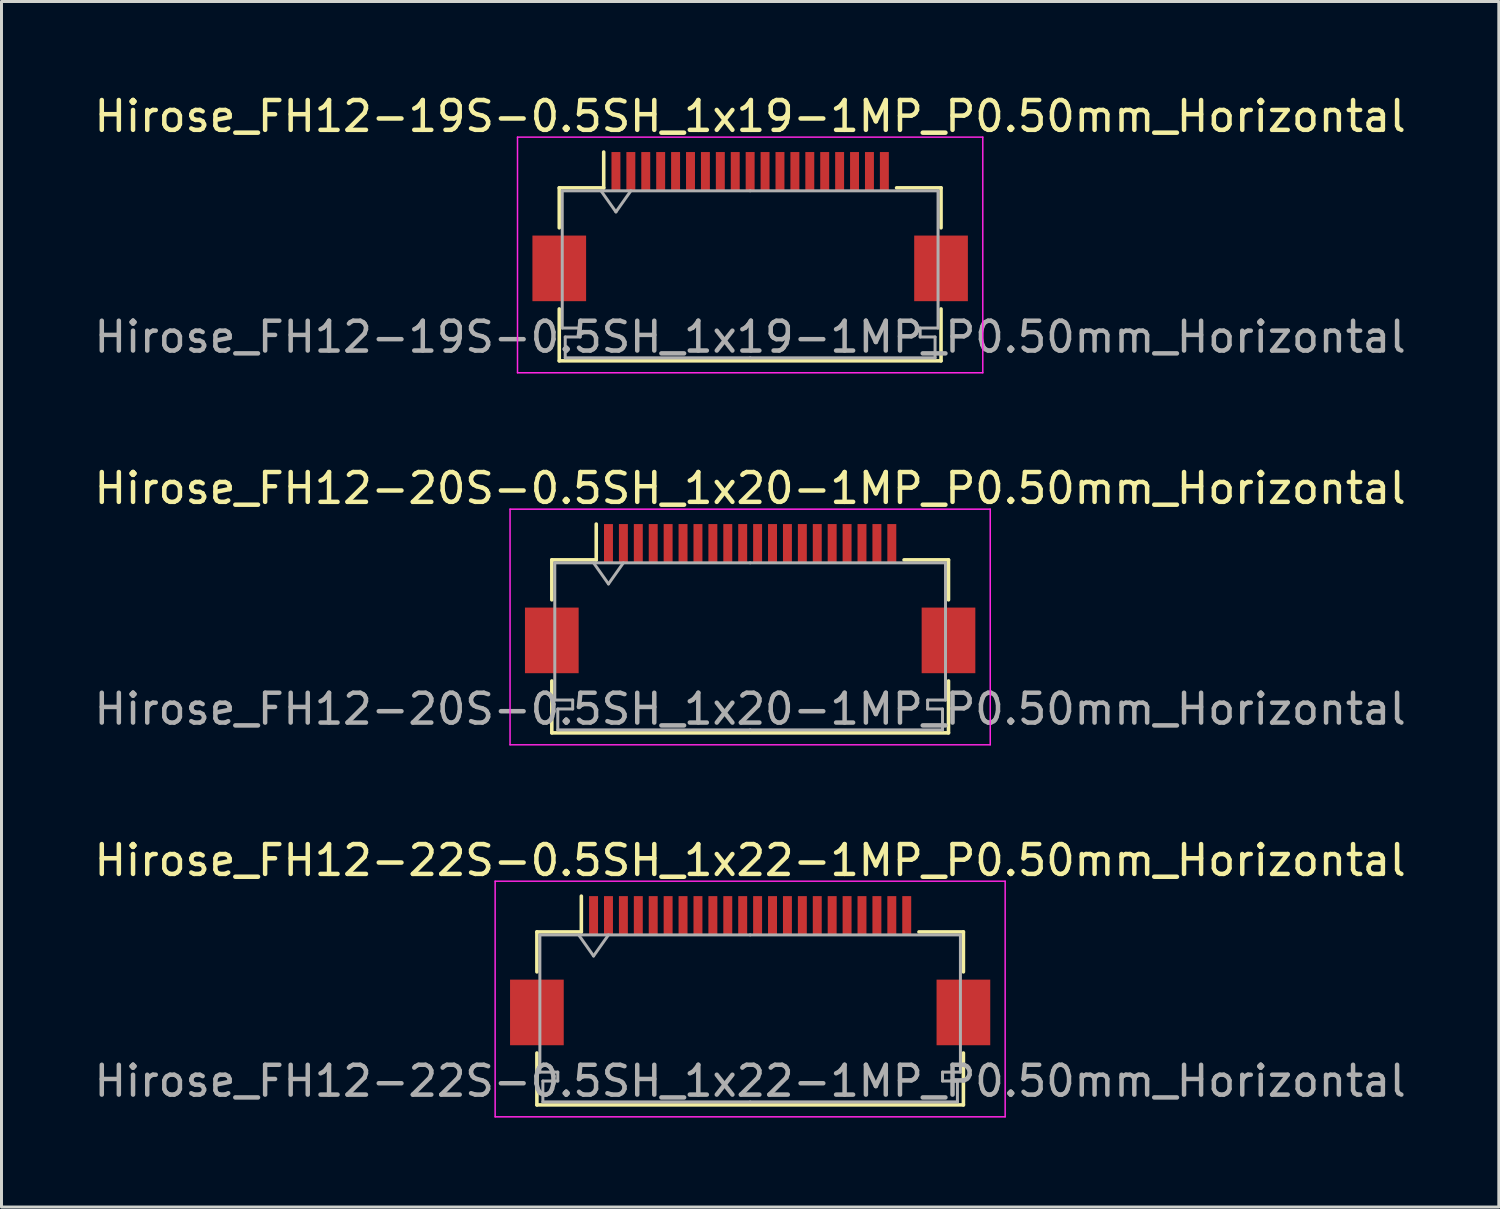
<source format=kicad_pcb>
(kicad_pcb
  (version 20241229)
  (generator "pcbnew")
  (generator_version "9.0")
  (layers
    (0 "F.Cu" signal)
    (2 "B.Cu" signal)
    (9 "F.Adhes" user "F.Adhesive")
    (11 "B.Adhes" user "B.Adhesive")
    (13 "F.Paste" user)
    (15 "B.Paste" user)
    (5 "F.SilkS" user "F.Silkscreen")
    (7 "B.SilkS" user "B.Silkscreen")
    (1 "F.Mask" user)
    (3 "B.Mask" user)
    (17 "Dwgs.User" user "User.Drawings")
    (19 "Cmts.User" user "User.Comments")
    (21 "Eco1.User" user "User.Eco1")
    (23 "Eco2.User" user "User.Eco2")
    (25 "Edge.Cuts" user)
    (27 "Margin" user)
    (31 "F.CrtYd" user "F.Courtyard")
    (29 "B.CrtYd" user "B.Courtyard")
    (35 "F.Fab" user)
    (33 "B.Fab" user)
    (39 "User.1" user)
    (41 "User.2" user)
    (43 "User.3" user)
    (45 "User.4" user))
  (footprint "Hirose_FH12-20S-0.5SH_1x20-1MP_P0.50mm_Horizontal"
    (layer "F.Cu")
    (at 22.101 17.021)
    (property "Reference" "Hirose_FH12-20S-0.5SH_1x20-1MP_P0.50mm_Horizontal" (at 0 -3.7 0) (layer "F.SilkS") (effects (font (size 1 1) (thickness 0.15))))
    (attr smd)
    (fp_line (start -6.65 -1.3) (end -6.65 0.04) (stroke (width 0.12) (type solid)) (layer "F.SilkS"))
    (fp_line (start -6.65 2.76) (end -6.65 4.5) (stroke (width 0.12) (type solid)) (layer "F.SilkS"))
    (fp_line (start -6.65 4.5) (end 6.65 4.5) (stroke (width 0.12) (type solid)) (layer "F.SilkS"))
    (fp_line (start -5.16 -1.3) (end -6.65 -1.3) (stroke (width 0.12) (type solid)) (layer "F.SilkS"))
    (fp_line (start -5.16 -1.3) (end -5.16 -2.5) (stroke (width 0.12) (type solid)) (layer "F.SilkS"))
    (fp_line (start 5.16 -1.3) (end 6.65 -1.3) (stroke (width 0.12) (type solid)) (layer "F.SilkS"))
    (fp_line (start 6.65 -1.3) (end 6.65 0.04) (stroke (width 0.12) (type solid)) (layer "F.SilkS"))
    (fp_line (start 6.65 4.5) (end 6.65 2.76) (stroke (width 0.12) (type solid)) (layer "F.SilkS"))
    (fp_line (start -8.05 -3) (end -8.05 4.9) (stroke (width 0.05) (type solid)) (layer "F.CrtYd"))
    (fp_line (start -8.05 4.9) (end 8.05 4.9) (stroke (width 0.05) (type solid)) (layer "F.CrtYd"))
    (fp_line (start 8.05 -3) (end -8.05 -3) (stroke (width 0.05) (type solid)) (layer "F.CrtYd"))
    (fp_line (start 8.05 4.9) (end 8.05 -3) (stroke (width 0.05) (type solid)) (layer "F.CrtYd"))
    (fp_line (start -6.55 -1.2) (end -6.55 3.4) (stroke (width 0.1) (type solid)) (layer "F.Fab"))
    (fp_line (start -6.55 3.4) (end -5.95 3.4) (stroke (width 0.1) (type solid)) (layer "F.Fab"))
    (fp_line (start -6.45 3.7) (end -6.45 4.4) (stroke (width 0.1) (type solid)) (layer "F.Fab"))
    (fp_line (start -6.45 4.4) (end 0 4.4) (stroke (width 0.1) (type solid)) (layer "F.Fab"))
    (fp_line (start -5.95 3.4) (end -5.95 3.7) (stroke (width 0.1) (type solid)) (layer "F.Fab"))
    (fp_line (start -5.95 3.7) (end -6.45 3.7) (stroke (width 0.1) (type solid)) (layer "F.Fab"))
    (fp_line (start -5.25 -1.2) (end -4.75 -0.493) (stroke (width 0.1) (type solid)) (layer "F.Fab"))
    (fp_line (start -4.75 -0.493) (end -4.25 -1.2) (stroke (width 0.1) (type solid)) (layer "F.Fab"))
    (fp_line (start 0 -1.2) (end -6.55 -1.2) (stroke (width 0.1) (type solid)) (layer "F.Fab"))
    (fp_line (start 0 -1.2) (end 6.55 -1.2) (stroke (width 0.1) (type solid)) (layer "F.Fab"))
    (fp_line (start 5.95 3.4) (end 5.95 3.7) (stroke (width 0.1) (type solid)) (layer "F.Fab"))
    (fp_line (start 5.95 3.7) (end 6.45 3.7) (stroke (width 0.1) (type solid)) (layer "F.Fab"))
    (fp_line (start 6.45 3.7) (end 6.45 4.4) (stroke (width 0.1) (type solid)) (layer "F.Fab"))
    (fp_line (start 6.45 4.4) (end 0 4.4) (stroke (width 0.1) (type solid)) (layer "F.Fab"))
    (fp_line (start 6.55 -1.2) (end 6.55 3.4) (stroke (width 0.1) (type solid)) (layer "F.Fab"))
    (fp_line (start 6.55 3.4) (end 5.95 3.4) (stroke (width 0.1) (type solid)) (layer "F.Fab"))
    (fp_text user "${REFERENCE}" (at 0 3.7 0) (layer "F.Fab") (effects (font (size 1 1) (thickness 0.15))))
    (pad "1" smd rect (at -4.75 -1.85) (size 0.3 1.3) (layers "F.Cu" "F.Mask" "F.Paste"))
    (pad "2" smd rect (at -4.25 -1.85) (size 0.3 1.3) (layers "F.Cu" "F.Mask" "F.Paste"))
    (pad "3" smd rect (at -3.75 -1.85) (size 0.3 1.3) (layers "F.Cu" "F.Mask" "F.Paste"))
    (pad "4" smd rect (at -3.25 -1.85) (size 0.3 1.3) (layers "F.Cu" "F.Mask" "F.Paste"))
    (pad "5" smd rect (at -2.75 -1.85) (size 0.3 1.3) (layers "F.Cu" "F.Mask" "F.Paste"))
    (pad "6" smd rect (at -2.25 -1.85) (size 0.3 1.3) (layers "F.Cu" "F.Mask" "F.Paste"))
    (pad "7" smd rect (at -1.75 -1.85) (size 0.3 1.3) (layers "F.Cu" "F.Mask" "F.Paste"))
    (pad "8" smd rect (at -1.25 -1.85) (size 0.3 1.3) (layers "F.Cu" "F.Mask" "F.Paste"))
    (pad "9" smd rect (at -0.75 -1.85) (size 0.3 1.3) (layers "F.Cu" "F.Mask" "F.Paste"))
    (pad "10" smd rect (at -0.25 -1.85) (size 0.3 1.3) (layers "F.Cu" "F.Mask" "F.Paste"))
    (pad "11" smd rect (at 0.25 -1.85) (size 0.3 1.3) (layers "F.Cu" "F.Mask" "F.Paste"))
    (pad "12" smd rect (at 0.75 -1.85) (size 0.3 1.3) (layers "F.Cu" "F.Mask" "F.Paste"))
    (pad "13" smd rect (at 1.25 -1.85) (size 0.3 1.3) (layers "F.Cu" "F.Mask" "F.Paste"))
    (pad "14" smd rect (at 1.75 -1.85) (size 0.3 1.3) (layers "F.Cu" "F.Mask" "F.Paste"))
    (pad "15" smd rect (at 2.25 -1.85) (size 0.3 1.3) (layers "F.Cu" "F.Mask" "F.Paste"))
    (pad "16" smd rect (at 2.75 -1.85) (size 0.3 1.3) (layers "F.Cu" "F.Mask" "F.Paste"))
    (pad "17" smd rect (at 3.25 -1.85) (size 0.3 1.3) (layers "F.Cu" "F.Mask" "F.Paste"))
    (pad "18" smd rect (at 3.75 -1.85) (size 0.3 1.3) (layers "F.Cu" "F.Mask" "F.Paste"))
    (pad "19" smd rect (at 4.25 -1.85) (size 0.3 1.3) (layers "F.Cu" "F.Mask" "F.Paste"))
    (pad "20" smd rect (at 4.75 -1.85) (size 0.3 1.3) (layers "F.Cu" "F.Mask" "F.Paste"))
    (pad "MP" smd rect (at -6.65 1.4) (size 1.8 2.2) (layers "F.Cu" "F.Mask" "F.Paste"))
    (pad "MP" smd rect (at 6.65 1.4) (size 1.8 2.2) (layers "F.Cu" "F.Mask" "F.Paste")))
  (footprint "Hirose_FH12-22S-0.5SH_1x22-1MP_P0.50mm_Horizontal"
    (layer "F.Cu")
    (at 22.101 29.495)
    (property "Reference" "Hirose_FH12-22S-0.5SH_1x22-1MP_P0.50mm_Horizontal" (at 0 -3.7 0) (layer "F.SilkS") (effects (font (size 1 1) (thickness 0.15))))
    (attr smd)
    (fp_line (start -7.15 -1.3) (end -7.15 0.04) (stroke (width 0.12) (type solid)) (layer "F.SilkS"))
    (fp_line (start -7.15 2.76) (end -7.15 4.5) (stroke (width 0.12) (type solid)) (layer "F.SilkS"))
    (fp_line (start -7.15 4.5) (end 7.15 4.5) (stroke (width 0.12) (type solid)) (layer "F.SilkS"))
    (fp_line (start -5.66 -1.3) (end -7.15 -1.3) (stroke (width 0.12) (type solid)) (layer "F.SilkS"))
    (fp_line (start -5.66 -1.3) (end -5.66 -2.5) (stroke (width 0.12) (type solid)) (layer "F.SilkS"))
    (fp_line (start 5.66 -1.3) (end 7.15 -1.3) (stroke (width 0.12) (type solid)) (layer "F.SilkS"))
    (fp_line (start 7.15 -1.3) (end 7.15 0.04) (stroke (width 0.12) (type solid)) (layer "F.SilkS"))
    (fp_line (start 7.15 4.5) (end 7.15 2.76) (stroke (width 0.12) (type solid)) (layer "F.SilkS"))
    (fp_line (start -8.55 -3) (end -8.55 4.9) (stroke (width 0.05) (type solid)) (layer "F.CrtYd"))
    (fp_line (start -8.55 4.9) (end 8.55 4.9) (stroke (width 0.05) (type solid)) (layer "F.CrtYd"))
    (fp_line (start 8.55 -3) (end -8.55 -3) (stroke (width 0.05) (type solid)) (layer "F.CrtYd"))
    (fp_line (start 8.55 4.9) (end 8.55 -3) (stroke (width 0.05) (type solid)) (layer "F.CrtYd"))
    (fp_line (start -7.05 -1.2) (end -7.05 3.4) (stroke (width 0.1) (type solid)) (layer "F.Fab"))
    (fp_line (start -7.05 3.4) (end -6.45 3.4) (stroke (width 0.1) (type solid)) (layer "F.Fab"))
    (fp_line (start -6.95 3.7) (end -6.95 4.4) (stroke (width 0.1) (type solid)) (layer "F.Fab"))
    (fp_line (start -6.95 4.4) (end 0 4.4) (stroke (width 0.1) (type solid)) (layer "F.Fab"))
    (fp_line (start -6.45 3.4) (end -6.45 3.7) (stroke (width 0.1) (type solid)) (layer "F.Fab"))
    (fp_line (start -6.45 3.7) (end -6.95 3.7) (stroke (width 0.1) (type solid)) (layer "F.Fab"))
    (fp_line (start -5.75 -1.2) (end -5.25 -0.493) (stroke (width 0.1) (type solid)) (layer "F.Fab"))
    (fp_line (start -5.25 -0.493) (end -4.75 -1.2) (stroke (width 0.1) (type solid)) (layer "F.Fab"))
    (fp_line (start 0 -1.2) (end -7.05 -1.2) (stroke (width 0.1) (type solid)) (layer "F.Fab"))
    (fp_line (start 0 -1.2) (end 7.05 -1.2) (stroke (width 0.1) (type solid)) (layer "F.Fab"))
    (fp_line (start 6.45 3.4) (end 6.45 3.7) (stroke (width 0.1) (type solid)) (layer "F.Fab"))
    (fp_line (start 6.45 3.7) (end 6.95 3.7) (stroke (width 0.1) (type solid)) (layer "F.Fab"))
    (fp_line (start 6.95 3.7) (end 6.95 4.4) (stroke (width 0.1) (type solid)) (layer "F.Fab"))
    (fp_line (start 6.95 4.4) (end 0 4.4) (stroke (width 0.1) (type solid)) (layer "F.Fab"))
    (fp_line (start 7.05 -1.2) (end 7.05 3.4) (stroke (width 0.1) (type solid)) (layer "F.Fab"))
    (fp_line (start 7.05 3.4) (end 6.45 3.4) (stroke (width 0.1) (type solid)) (layer "F.Fab"))
    (fp_text user "${REFERENCE}" (at 0 3.7 0) (layer "F.Fab") (effects (font (size 1 1) (thickness 0.15))))
    (pad "1" smd rect (at -5.25 -1.85) (size 0.3 1.3) (layers "F.Cu" "F.Mask" "F.Paste"))
    (pad "2" smd rect (at -4.75 -1.85) (size 0.3 1.3) (layers "F.Cu" "F.Mask" "F.Paste"))
    (pad "3" smd rect (at -4.25 -1.85) (size 0.3 1.3) (layers "F.Cu" "F.Mask" "F.Paste"))
    (pad "4" smd rect (at -3.75 -1.85) (size 0.3 1.3) (layers "F.Cu" "F.Mask" "F.Paste"))
    (pad "5" smd rect (at -3.25 -1.85) (size 0.3 1.3) (layers "F.Cu" "F.Mask" "F.Paste"))
    (pad "6" smd rect (at -2.75 -1.85) (size 0.3 1.3) (layers "F.Cu" "F.Mask" "F.Paste"))
    (pad "7" smd rect (at -2.25 -1.85) (size 0.3 1.3) (layers "F.Cu" "F.Mask" "F.Paste"))
    (pad "8" smd rect (at -1.75 -1.85) (size 0.3 1.3) (layers "F.Cu" "F.Mask" "F.Paste"))
    (pad "9" smd rect (at -1.25 -1.85) (size 0.3 1.3) (layers "F.Cu" "F.Mask" "F.Paste"))
    (pad "10" smd rect (at -0.75 -1.85) (size 0.3 1.3) (layers "F.Cu" "F.Mask" "F.Paste"))
    (pad "11" smd rect (at -0.25 -1.85) (size 0.3 1.3) (layers "F.Cu" "F.Mask" "F.Paste"))
    (pad "12" smd rect (at 0.25 -1.85) (size 0.3 1.3) (layers "F.Cu" "F.Mask" "F.Paste"))
    (pad "13" smd rect (at 0.75 -1.85) (size 0.3 1.3) (layers "F.Cu" "F.Mask" "F.Paste"))
    (pad "14" smd rect (at 1.25 -1.85) (size 0.3 1.3) (layers "F.Cu" "F.Mask" "F.Paste"))
    (pad "15" smd rect (at 1.75 -1.85) (size 0.3 1.3) (layers "F.Cu" "F.Mask" "F.Paste"))
    (pad "16" smd rect (at 2.25 -1.85) (size 0.3 1.3) (layers "F.Cu" "F.Mask" "F.Paste"))
    (pad "17" smd rect (at 2.75 -1.85) (size 0.3 1.3) (layers "F.Cu" "F.Mask" "F.Paste"))
    (pad "18" smd rect (at 3.25 -1.85) (size 0.3 1.3) (layers "F.Cu" "F.Mask" "F.Paste"))
    (pad "19" smd rect (at 3.75 -1.85) (size 0.3 1.3) (layers "F.Cu" "F.Mask" "F.Paste"))
    (pad "20" smd rect (at 4.25 -1.85) (size 0.3 1.3) (layers "F.Cu" "F.Mask" "F.Paste"))
    (pad "21" smd rect (at 4.75 -1.85) (size 0.3 1.3) (layers "F.Cu" "F.Mask" "F.Paste"))
    (pad "22" smd rect (at 5.25 -1.85) (size 0.3 1.3) (layers "F.Cu" "F.Mask" "F.Paste"))
    (pad "MP" smd rect (at -7.15 1.4) (size 1.8 2.2) (layers "F.Cu" "F.Mask" "F.Paste"))
    (pad "MP" smd rect (at 7.15 1.4) (size 1.8 2.2) (layers "F.Cu" "F.Mask" "F.Paste")))
  (footprint "Hirose_FH12-19S-0.5SH_1x19-1MP_P0.50mm_Horizontal"
    (layer "F.Cu")
    (at 22.101 4.548)
    (property "Reference" "Hirose_FH12-19S-0.5SH_1x19-1MP_P0.50mm_Horizontal" (at 0 -3.7 0) (layer "F.SilkS") (effects (font (size 1 1) (thickness 0.15))))
    (attr smd)
    (fp_line (start -6.4 -1.3) (end -6.4 0.04) (stroke (width 0.12) (type solid)) (layer "F.SilkS"))
    (fp_line (start -6.4 2.76) (end -6.4 4.5) (stroke (width 0.12) (type solid)) (layer "F.SilkS"))
    (fp_line (start -6.4 4.5) (end 6.4 4.5) (stroke (width 0.12) (type solid)) (layer "F.SilkS"))
    (fp_line (start -4.91 -1.3) (end -6.4 -1.3) (stroke (width 0.12) (type solid)) (layer "F.SilkS"))
    (fp_line (start -4.91 -1.3) (end -4.91 -2.5) (stroke (width 0.12) (type solid)) (layer "F.SilkS"))
    (fp_line (start 4.91 -1.3) (end 6.4 -1.3) (stroke (width 0.12) (type solid)) (layer "F.SilkS"))
    (fp_line (start 6.4 -1.3) (end 6.4 0.04) (stroke (width 0.12) (type solid)) (layer "F.SilkS"))
    (fp_line (start 6.4 4.5) (end 6.4 2.76) (stroke (width 0.12) (type solid)) (layer "F.SilkS"))
    (fp_line (start -7.8 -3) (end -7.8 4.9) (stroke (width 0.05) (type solid)) (layer "F.CrtYd"))
    (fp_line (start -7.8 4.9) (end 7.8 4.9) (stroke (width 0.05) (type solid)) (layer "F.CrtYd"))
    (fp_line (start 7.8 -3) (end -7.8 -3) (stroke (width 0.05) (type solid)) (layer "F.CrtYd"))
    (fp_line (start 7.8 4.9) (end 7.8 -3) (stroke (width 0.05) (type solid)) (layer "F.CrtYd"))
    (fp_line (start -6.3 -1.2) (end -6.3 3.4) (stroke (width 0.1) (type solid)) (layer "F.Fab"))
    (fp_line (start -6.3 3.4) (end -5.7 3.4) (stroke (width 0.1) (type solid)) (layer "F.Fab"))
    (fp_line (start -6.2 3.7) (end -6.2 4.4) (stroke (width 0.1) (type solid)) (layer "F.Fab"))
    (fp_line (start -6.2 4.4) (end 0 4.4) (stroke (width 0.1) (type solid)) (layer "F.Fab"))
    (fp_line (start -5.7 3.4) (end -5.7 3.7) (stroke (width 0.1) (type solid)) (layer "F.Fab"))
    (fp_line (start -5.7 3.7) (end -6.2 3.7) (stroke (width 0.1) (type solid)) (layer "F.Fab"))
    (fp_line (start -5 -1.2) (end -4.5 -0.493) (stroke (width 0.1) (type solid)) (layer "F.Fab"))
    (fp_line (start -4.5 -0.493) (end -4 -1.2) (stroke (width 0.1) (type solid)) (layer "F.Fab"))
    (fp_line (start 0 -1.2) (end -6.3 -1.2) (stroke (width 0.1) (type solid)) (layer "F.Fab"))
    (fp_line (start 0 -1.2) (end 6.3 -1.2) (stroke (width 0.1) (type solid)) (layer "F.Fab"))
    (fp_line (start 5.7 3.4) (end 5.7 3.7) (stroke (width 0.1) (type solid)) (layer "F.Fab"))
    (fp_line (start 5.7 3.7) (end 6.2 3.7) (stroke (width 0.1) (type solid)) (layer "F.Fab"))
    (fp_line (start 6.2 3.7) (end 6.2 4.4) (stroke (width 0.1) (type solid)) (layer "F.Fab"))
    (fp_line (start 6.2 4.4) (end 0 4.4) (stroke (width 0.1) (type solid)) (layer "F.Fab"))
    (fp_line (start 6.3 -1.2) (end 6.3 3.4) (stroke (width 0.1) (type solid)) (layer "F.Fab"))
    (fp_line (start 6.3 3.4) (end 5.7 3.4) (stroke (width 0.1) (type solid)) (layer "F.Fab"))
    (fp_text user "${REFERENCE}" (at 0 3.7 0) (layer "F.Fab") (effects (font (size 1 1) (thickness 0.15))))
    (pad "1" smd rect (at -4.5 -1.85) (size 0.3 1.3) (layers "F.Cu" "F.Mask" "F.Paste"))
    (pad "2" smd rect (at -4 -1.85) (size 0.3 1.3) (layers "F.Cu" "F.Mask" "F.Paste"))
    (pad "3" smd rect (at -3.5 -1.85) (size 0.3 1.3) (layers "F.Cu" "F.Mask" "F.Paste"))
    (pad "4" smd rect (at -3 -1.85) (size 0.3 1.3) (layers "F.Cu" "F.Mask" "F.Paste"))
    (pad "5" smd rect (at -2.5 -1.85) (size 0.3 1.3) (layers "F.Cu" "F.Mask" "F.Paste"))
    (pad "6" smd rect (at -2 -1.85) (size 0.3 1.3) (layers "F.Cu" "F.Mask" "F.Paste"))
    (pad "7" smd rect (at -1.5 -1.85) (size 0.3 1.3) (layers "F.Cu" "F.Mask" "F.Paste"))
    (pad "8" smd rect (at -1 -1.85) (size 0.3 1.3) (layers "F.Cu" "F.Mask" "F.Paste"))
    (pad "9" smd rect (at -0.5 -1.85) (size 0.3 1.3) (layers "F.Cu" "F.Mask" "F.Paste"))
    (pad "10" smd rect (at 0 -1.85) (size 0.3 1.3) (layers "F.Cu" "F.Mask" "F.Paste"))
    (pad "11" smd rect (at 0.5 -1.85) (size 0.3 1.3) (layers "F.Cu" "F.Mask" "F.Paste"))
    (pad "12" smd rect (at 1 -1.85) (size 0.3 1.3) (layers "F.Cu" "F.Mask" "F.Paste"))
    (pad "13" smd rect (at 1.5 -1.85) (size 0.3 1.3) (layers "F.Cu" "F.Mask" "F.Paste"))
    (pad "14" smd rect (at 2 -1.85) (size 0.3 1.3) (layers "F.Cu" "F.Mask" "F.Paste"))
    (pad "15" smd rect (at 2.5 -1.85) (size 0.3 1.3) (layers "F.Cu" "F.Mask" "F.Paste"))
    (pad "16" smd rect (at 3 -1.85) (size 0.3 1.3) (layers "F.Cu" "F.Mask" "F.Paste"))
    (pad "17" smd rect (at 3.5 -1.85) (size 0.3 1.3) (layers "F.Cu" "F.Mask" "F.Paste"))
    (pad "18" smd rect (at 4 -1.85) (size 0.3 1.3) (layers "F.Cu" "F.Mask" "F.Paste"))
    (pad "19" smd rect (at 4.5 -1.85) (size 0.3 1.3) (layers "F.Cu" "F.Mask" "F.Paste"))
    (pad "MP" smd rect (at -6.4 1.4) (size 1.8 2.2) (layers "F.Cu" "F.Mask" "F.Paste"))
    (pad "MP" smd rect (at 6.4 1.4) (size 1.8 2.2) (layers "F.Cu" "F.Mask" "F.Paste")))
  (gr_rect
    (start -3 -3)
    (end 47.202 37.42)
    (stroke (width 0.1) (type default))
    (fill no)
    (layer "Edge.Cuts")))
</source>
